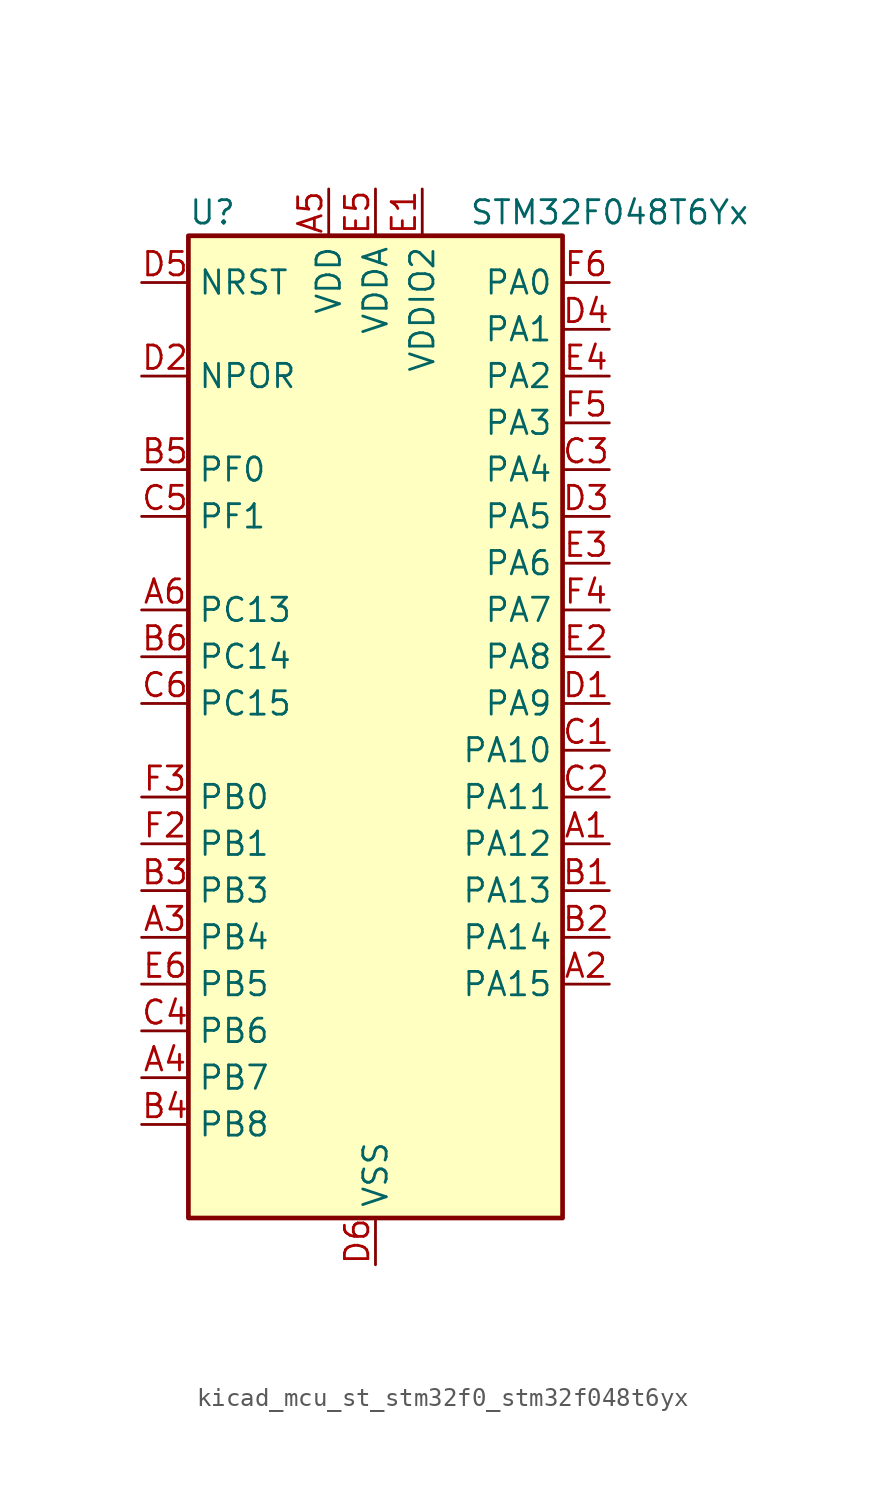
<source format=kicad_sym>
(kicad_symbol_lib
  (version 20220914)
  (generator kicad_symbol_editor)
  (symbol "kicad_mcu_st_stm32f0_stm32f048t6yx"
    (property "Reference" "U"
      (at -10.16 29.21 0)
      (effects (font (size 1.27 1.27)) (justify left)))
    (property "Value" "STM32F048T6Yx"
      (at 5.08 29.21 0)
      (effects (font (size 1.27 1.27)) (justify left)))
    (property "ki_locked" ""
      (at 0 0 0)
      (effects (font (size 1.27 1.27))))
    (symbol "kicad_mcu_st_stm32f0_stm32f048t6yx_0_1"
      (rectangle (start -10.16 -25.4) (end 10.16 27.94) (stroke (width 0.254) (type default)) (fill (type background))))
    (symbol "kicad_mcu_st_stm32f0_stm32f048t6yx_1_1"
      (pin bidirectional line (at 12.7 -5.08 180) (length 2.54) (name "PA12" (effects (font (size 1.27 1.27)))) (number "A1" (effects (font (size 1.27 1.27)))) (alternate "I2C1_SDA" bidirectional line) (alternate "TIM1_ETR" bidirectional line) (alternate "TSC_G4_IO4" bidirectional line) (alternate "USART1_DE" bidirectional line) (alternate "USART1_RTS" bidirectional line) (alternate "USB_DP" bidirectional line))
      (pin bidirectional line (at 12.7 -12.7 180) (length 2.54) (name "PA15" (effects (font (size 1.27 1.27)))) (number "A2" (effects (font (size 1.27 1.27)))) (alternate "I2S1_WS" bidirectional line) (alternate "SPI1_NSS" bidirectional line) (alternate "TIM2_CH1" bidirectional line) (alternate "TIM2_ETR" bidirectional line) (alternate "USART2_RX" bidirectional line) (alternate "USB_NOE" bidirectional line))
      (pin bidirectional line (at -12.7 -10.16 0) (length 2.54) (name "PB4" (effects (font (size 1.27 1.27)))) (number "A3" (effects (font (size 1.27 1.27)))) (alternate "I2S1_MCK" bidirectional line) (alternate "SPI1_MISO" bidirectional line) (alternate "TIM17_BKIN" bidirectional line) (alternate "TIM3_CH1" bidirectional line) (alternate "TSC_G5_IO2" bidirectional line))
      (pin bidirectional line (at -12.7 -17.78 0) (length 2.54) (name "PB7" (effects (font (size 1.27 1.27)))) (number "A4" (effects (font (size 1.27 1.27)))) (alternate "I2C1_SDA" bidirectional line) (alternate "TIM17_CH1N" bidirectional line) (alternate "TSC_G5_IO4" bidirectional line) (alternate "USART1_RX" bidirectional line))
      (pin power_in line (at -2.54 30.48 270) (length 2.54) (name "VDD" (effects (font (size 1.27 1.27)))) (number "A5" (effects (font (size 1.27 1.27)))))
      (pin bidirectional line (at -12.7 7.62 0) (length 2.54) (name "PC13" (effects (font (size 1.27 1.27)))) (number "A6" (effects (font (size 1.27 1.27)))) (alternate "RTC_OUT_ALARM" bidirectional line) (alternate "RTC_OUT_CALIB" bidirectional line) (alternate "RTC_TAMP1" bidirectional line) (alternate "RTC_TS" bidirectional line) (alternate "SYS_WKUP2" bidirectional line))
      (pin bidirectional line (at 12.7 -7.62 180) (length 2.54) (name "PA13" (effects (font (size 1.27 1.27)))) (number "B1" (effects (font (size 1.27 1.27)))) (alternate "IR_OUT" bidirectional line) (alternate "SYS_SWDIO" bidirectional line) (alternate "USB_NOE" bidirectional line))
      (pin bidirectional line (at 12.7 -10.16 180) (length 2.54) (name "PA14" (effects (font (size 1.27 1.27)))) (number "B2" (effects (font (size 1.27 1.27)))) (alternate "SYS_SWCLK" bidirectional line) (alternate "USART2_TX" bidirectional line))
      (pin bidirectional line (at -12.7 -7.62 0) (length 2.54) (name "PB3" (effects (font (size 1.27 1.27)))) (number "B3" (effects (font (size 1.27 1.27)))) (alternate "I2S1_CK" bidirectional line) (alternate "SPI1_SCK" bidirectional line) (alternate "TIM2_CH2" bidirectional line) (alternate "TSC_G5_IO1" bidirectional line))
      (pin bidirectional line (at -12.7 -20.32 0) (length 2.54) (name "PB8" (effects (font (size 1.27 1.27)))) (number "B4" (effects (font (size 1.27 1.27)))) (alternate "CEC" bidirectional line) (alternate "I2C1_SCL" bidirectional line) (alternate "TIM16_CH1" bidirectional line) (alternate "TSC_SYNC" bidirectional line))
      (pin bidirectional line (at -12.7 15.24 0) (length 2.54) (name "PF0" (effects (font (size 1.27 1.27)))) (number "B5" (effects (font (size 1.27 1.27)))) (alternate "CRS_SYNC" bidirectional line) (alternate "I2C1_SDA" bidirectional line) (alternate "RCC_OSC_IN" bidirectional line))
      (pin bidirectional line (at -12.7 5.08 0) (length 2.54) (name "PC14" (effects (font (size 1.27 1.27)))) (number "B6" (effects (font (size 1.27 1.27)))) (alternate "RCC_OSC32_IN" bidirectional line))
      (pin bidirectional line (at 12.7 0 180) (length 2.54) (name "PA10" (effects (font (size 1.27 1.27)))) (number "C1" (effects (font (size 1.27 1.27)))) (alternate "I2C1_SDA" bidirectional line) (alternate "TIM17_BKIN" bidirectional line) (alternate "TIM1_CH3" bidirectional line) (alternate "TSC_G4_IO2" bidirectional line) (alternate "USART1_RX" bidirectional line))
      (pin bidirectional line (at 12.7 -2.54 180) (length 2.54) (name "PA11" (effects (font (size 1.27 1.27)))) (number "C2" (effects (font (size 1.27 1.27)))) (alternate "I2C1_SCL" bidirectional line) (alternate "TIM1_CH4" bidirectional line) (alternate "TSC_G4_IO3" bidirectional line) (alternate "USART1_CTS" bidirectional line) (alternate "USB_DM" bidirectional line))
      (pin bidirectional line (at 12.7 15.24 180) (length 2.54) (name "PA4" (effects (font (size 1.27 1.27)))) (number "C3" (effects (font (size 1.27 1.27)))) (alternate "ADC_IN4" bidirectional line) (alternate "I2S1_WS" bidirectional line) (alternate "SPI1_NSS" bidirectional line) (alternate "TIM14_CH1" bidirectional line) (alternate "TSC_G2_IO1" bidirectional line) (alternate "USART2_CK" bidirectional line) (alternate "USB_NOE" bidirectional line))
      (pin bidirectional line (at -12.7 -15.24 0) (length 2.54) (name "PB6" (effects (font (size 1.27 1.27)))) (number "C4" (effects (font (size 1.27 1.27)))) (alternate "I2C1_SCL" bidirectional line) (alternate "TIM16_CH1N" bidirectional line) (alternate "TSC_G5_IO3" bidirectional line) (alternate "USART1_TX" bidirectional line))
      (pin bidirectional line (at -12.7 12.7 0) (length 2.54) (name "PF1" (effects (font (size 1.27 1.27)))) (number "C5" (effects (font (size 1.27 1.27)))) (alternate "I2C1_SCL" bidirectional line) (alternate "RCC_OSC_OUT" bidirectional line))
      (pin bidirectional line (at -12.7 2.54 0) (length 2.54) (name "PC15" (effects (font (size 1.27 1.27)))) (number "C6" (effects (font (size 1.27 1.27)))) (alternate "RCC_OSC32_OUT" bidirectional line))
      (pin bidirectional line (at 12.7 2.54 180) (length 2.54) (name "PA9" (effects (font (size 1.27 1.27)))) (number "D1" (effects (font (size 1.27 1.27)))) (alternate "I2C1_SCL" bidirectional line) (alternate "TIM1_CH2" bidirectional line) (alternate "TSC_G4_IO1" bidirectional line) (alternate "USART1_TX" bidirectional line))
      (pin input line (at -12.7 20.32 0) (length 2.54) (name "NPOR" (effects (font (size 1.27 1.27)))) (number "D2" (effects (font (size 1.27 1.27)))))
      (pin bidirectional line (at 12.7 12.7 180) (length 2.54) (name "PA5" (effects (font (size 1.27 1.27)))) (number "D3" (effects (font (size 1.27 1.27)))) (alternate "ADC_IN5" bidirectional line) (alternate "CEC" bidirectional line) (alternate "I2S1_CK" bidirectional line) (alternate "SPI1_SCK" bidirectional line) (alternate "TIM2_CH1" bidirectional line) (alternate "TIM2_ETR" bidirectional line) (alternate "TSC_G2_IO2" bidirectional line))
      (pin bidirectional line (at 12.7 22.86 180) (length 2.54) (name "PA1" (effects (font (size 1.27 1.27)))) (number "D4" (effects (font (size 1.27 1.27)))) (alternate "ADC_IN1" bidirectional line) (alternate "TIM2_CH2" bidirectional line) (alternate "TSC_G1_IO2" bidirectional line) (alternate "USART2_DE" bidirectional line) (alternate "USART2_RTS" bidirectional line))
      (pin input line (at -12.7 25.4 0) (length 2.54) (name "NRST" (effects (font (size 1.27 1.27)))) (number "D5" (effects (font (size 1.27 1.27)))))
      (pin power_in line (at 0 -27.94 90) (length 2.54) (name "VSS" (effects (font (size 1.27 1.27)))) (number "D6" (effects (font (size 1.27 1.27)))))
      (pin power_in line (at 2.54 30.48 270) (length 2.54) (name "VDDIO2" (effects (font (size 1.27 1.27)))) (number "E1" (effects (font (size 1.27 1.27)))))
      (pin bidirectional line (at 12.7 5.08 180) (length 2.54) (name "PA8" (effects (font (size 1.27 1.27)))) (number "E2" (effects (font (size 1.27 1.27)))) (alternate "CRS_SYNC" bidirectional line) (alternate "RCC_MCO" bidirectional line) (alternate "TIM1_CH1" bidirectional line) (alternate "USART1_CK" bidirectional line))
      (pin bidirectional line (at 12.7 10.16 180) (length 2.54) (name "PA6" (effects (font (size 1.27 1.27)))) (number "E3" (effects (font (size 1.27 1.27)))) (alternate "ADC_IN6" bidirectional line) (alternate "I2S1_MCK" bidirectional line) (alternate "SPI1_MISO" bidirectional line) (alternate "TIM16_CH1" bidirectional line) (alternate "TIM1_BKIN" bidirectional line) (alternate "TIM3_CH1" bidirectional line) (alternate "TSC_G2_IO3" bidirectional line))
      (pin bidirectional line (at 12.7 20.32 180) (length 2.54) (name "PA2" (effects (font (size 1.27 1.27)))) (number "E4" (effects (font (size 1.27 1.27)))) (alternate "ADC_IN2" bidirectional line) (alternate "SYS_WKUP4" bidirectional line) (alternate "TIM2_CH3" bidirectional line) (alternate "TSC_G1_IO3" bidirectional line) (alternate "USART2_TX" bidirectional line))
      (pin power_in line (at 0 30.48 270) (length 2.54) (name "VDDA" (effects (font (size 1.27 1.27)))) (number "E5" (effects (font (size 1.27 1.27)))))
      (pin bidirectional line (at -12.7 -12.7 0) (length 2.54) (name "PB5" (effects (font (size 1.27 1.27)))) (number "E6" (effects (font (size 1.27 1.27)))) (alternate "I2C1_SMBA" bidirectional line) (alternate "I2S1_SD" bidirectional line) (alternate "SPI1_MOSI" bidirectional line) (alternate "SYS_WKUP6" bidirectional line) (alternate "TIM16_BKIN" bidirectional line) (alternate "TIM3_CH2" bidirectional line))
      (pin passive line (at 0 -27.94 90) (length 2.54) hide (name "VSS" (effects (font (size 1.27 1.27)))) (number "F1" (effects (font (size 1.27 1.27)))))
      (pin bidirectional line (at -12.7 -5.08 0) (length 2.54) (name "PB1" (effects (font (size 1.27 1.27)))) (number "F2" (effects (font (size 1.27 1.27)))) (alternate "ADC_IN9" bidirectional line) (alternate "TIM14_CH1" bidirectional line) (alternate "TIM1_CH3N" bidirectional line) (alternate "TIM3_CH4" bidirectional line) (alternate "TSC_G3_IO3" bidirectional line))
      (pin bidirectional line (at -12.7 -2.54 0) (length 2.54) (name "PB0" (effects (font (size 1.27 1.27)))) (number "F3" (effects (font (size 1.27 1.27)))) (alternate "ADC_IN8" bidirectional line) (alternate "TIM1_CH2N" bidirectional line) (alternate "TIM3_CH3" bidirectional line) (alternate "TSC_G3_IO2" bidirectional line))
      (pin bidirectional line (at 12.7 7.62 180) (length 2.54) (name "PA7" (effects (font (size 1.27 1.27)))) (number "F4" (effects (font (size 1.27 1.27)))) (alternate "ADC_IN7" bidirectional line) (alternate "I2S1_SD" bidirectional line) (alternate "SPI1_MOSI" bidirectional line) (alternate "TIM14_CH1" bidirectional line) (alternate "TIM17_CH1" bidirectional line) (alternate "TIM1_CH1N" bidirectional line) (alternate "TIM3_CH2" bidirectional line) (alternate "TSC_G2_IO4" bidirectional line))
      (pin bidirectional line (at 12.7 17.78 180) (length 2.54) (name "PA3" (effects (font (size 1.27 1.27)))) (number "F5" (effects (font (size 1.27 1.27)))) (alternate "ADC_IN3" bidirectional line) (alternate "TIM2_CH4" bidirectional line) (alternate "TSC_G1_IO4" bidirectional line) (alternate "USART2_RX" bidirectional line))
      (pin bidirectional line (at 12.7 25.4 180) (length 2.54) (name "PA0" (effects (font (size 1.27 1.27)))) (number "F6" (effects (font (size 1.27 1.27)))) (alternate "ADC_IN0" bidirectional line) (alternate "RTC_TAMP2" bidirectional line) (alternate "SYS_WKUP1" bidirectional line) (alternate "TIM2_CH1" bidirectional line) (alternate "TIM2_ETR" bidirectional line) (alternate "TSC_G1_IO1" bidirectional line) (alternate "USART2_CTS" bidirectional line)))))
</source>
